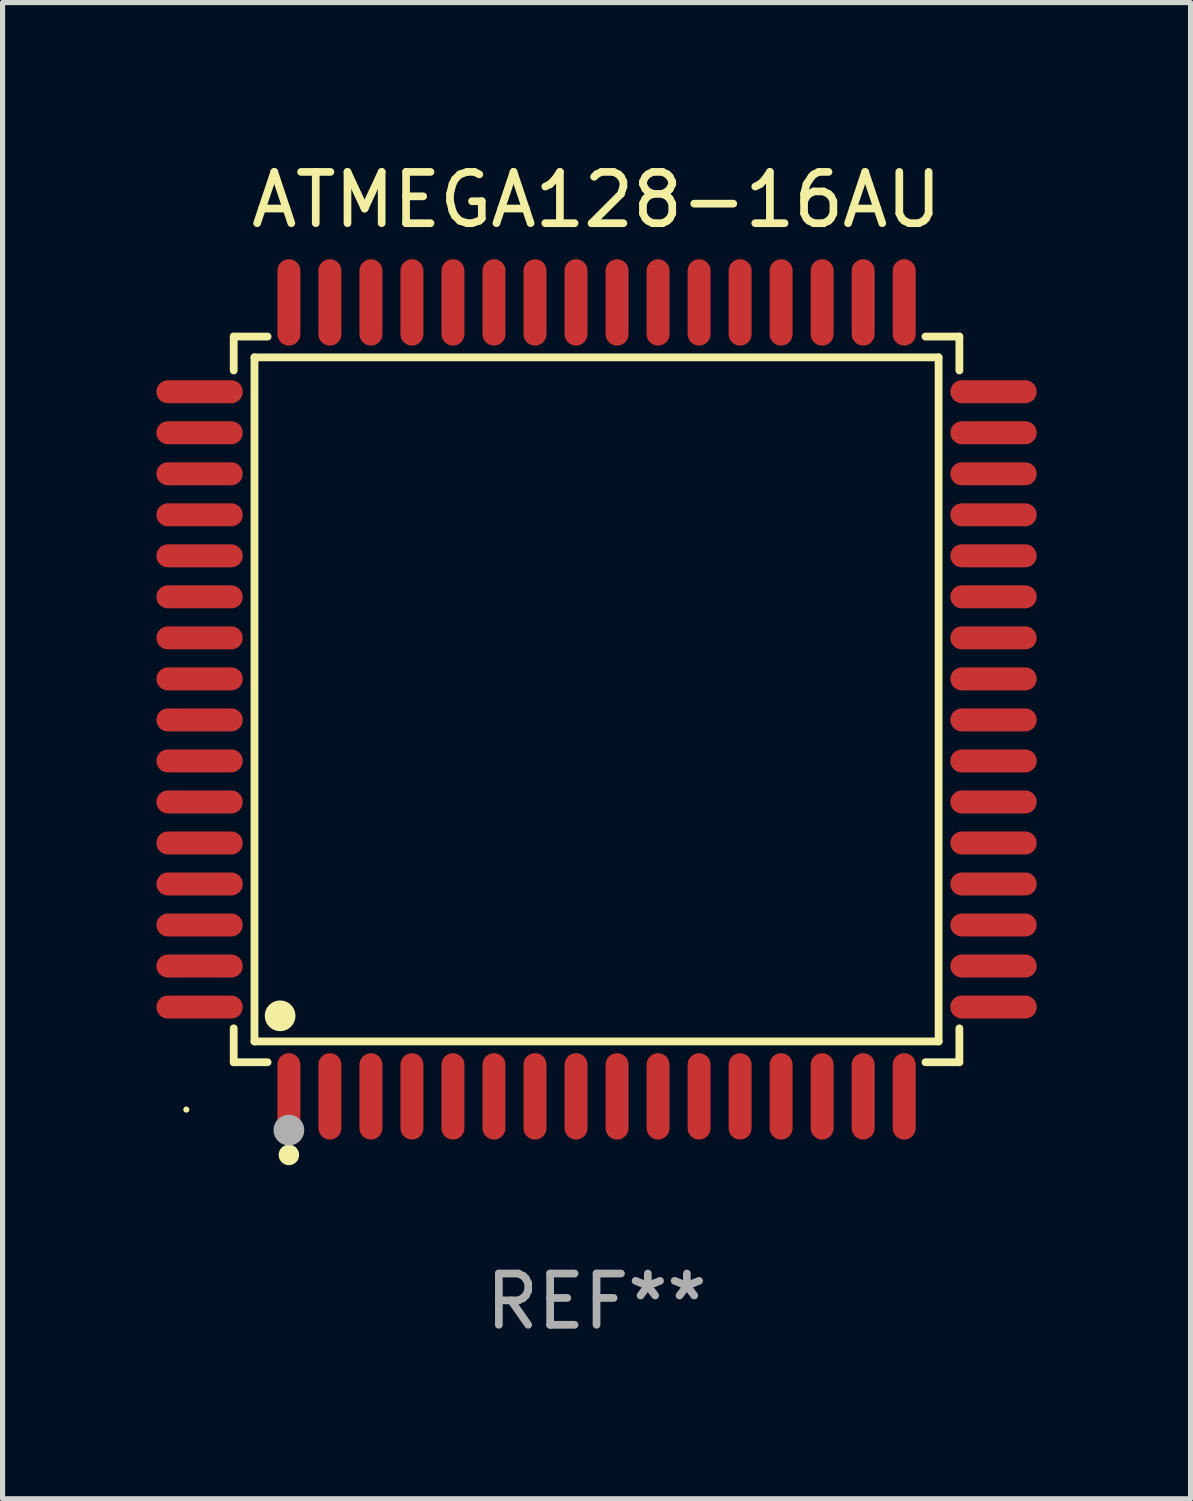
<source format=kicad_pcb>
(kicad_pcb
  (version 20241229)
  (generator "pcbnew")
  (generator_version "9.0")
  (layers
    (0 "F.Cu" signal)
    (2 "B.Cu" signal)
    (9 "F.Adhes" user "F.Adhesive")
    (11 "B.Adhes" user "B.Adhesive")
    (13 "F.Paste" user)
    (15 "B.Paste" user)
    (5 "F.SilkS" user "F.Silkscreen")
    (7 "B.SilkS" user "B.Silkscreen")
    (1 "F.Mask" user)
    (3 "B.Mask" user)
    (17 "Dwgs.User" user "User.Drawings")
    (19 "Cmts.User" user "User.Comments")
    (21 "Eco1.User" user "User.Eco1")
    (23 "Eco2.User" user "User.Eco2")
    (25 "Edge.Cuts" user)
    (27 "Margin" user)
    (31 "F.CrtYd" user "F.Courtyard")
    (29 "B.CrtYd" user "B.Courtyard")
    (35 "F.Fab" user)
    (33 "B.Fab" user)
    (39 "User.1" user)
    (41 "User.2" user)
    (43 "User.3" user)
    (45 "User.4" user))
  (footprint "ATMEGA128-16AU"
    (layer "F.Cu")
    (at 8.584 10.59)
    (property "Reference" "ATMEGA128-16AU" (at 0 -9.742 0) (layer "F.SilkS") (effects (font (size 1 1) (thickness 0.15))))
    (attr through_hole)
    (fp_line (start -7.076 -7.076) (end -6.415 -7.076) (stroke (width 0.152) (type solid)) (layer "F.SilkS"))
    (fp_line (start -7.076 -6.415) (end -7.076 -7.076) (stroke (width 0.152) (type solid)) (layer "F.SilkS"))
    (fp_line (start -7.076 6.415) (end -7.076 7.076) (stroke (width 0.152) (type solid)) (layer "F.SilkS"))
    (fp_line (start -7.076 7.076) (end -6.415 7.076) (stroke (width 0.152) (type solid)) (layer "F.SilkS"))
    (fp_line (start -6.671 -6.671) (end 6.671 -6.671) (stroke (width 0.152) (type solid)) (layer "F.SilkS"))
    (fp_line (start -6.671 6.671) (end -6.671 -6.671) (stroke (width 0.152) (type solid)) (layer "F.SilkS"))
    (fp_line (start 6.671 -6.671) (end 6.671 6.671) (stroke (width 0.152) (type solid)) (layer "F.SilkS"))
    (fp_line (start 6.671 6.671) (end -6.671 6.671) (stroke (width 0.152) (type solid)) (layer "F.SilkS"))
    (fp_line (start 7.076 -7.076) (end 6.415 -7.076) (stroke (width 0.152) (type solid)) (layer "F.SilkS"))
    (fp_line (start 7.076 -6.415) (end 7.076 -7.076) (stroke (width 0.152) (type solid)) (layer "F.SilkS"))
    (fp_line (start 7.076 6.415) (end 7.076 7.076) (stroke (width 0.152) (type solid)) (layer "F.SilkS"))
    (fp_line (start 7.076 7.076) (end 6.415 7.076) (stroke (width 0.152) (type solid)) (layer "F.SilkS"))
    (fp_circle (center -8 8) (end -7.97 8) (stroke (width 0.06) (type solid)) (fill no) (layer "F.SilkS"))
    (fp_circle (center -6.171 6.171) (end -6.021 6.171) (stroke (width 0.3) (type solid)) (fill no) (layer "F.SilkS"))
    (fp_circle (center -6 8.884) (end -5.9 8.884) (stroke (width 0.2) (type solid)) (fill no) (layer "F.SilkS"))
    (fp_circle (center -6 8.4) (end -5.85 8.4) (stroke (width 0.3) (type solid)) (fill no) (layer "F.Fab"))
    (fp_text user "REF**" (at 0 11.742 0) (layer "F.Fab") (effects (font (size 1 1) (thickness 0.15))))
    (pad "1" smd oval (at -6 7.742) (size 0.448 1.684) (layers "F.Cu" "F.Mask" "F.Paste"))
    (pad "2" smd oval (at -5.2 7.742) (size 0.448 1.684) (layers "F.Cu" "F.Mask" "F.Paste"))
    (pad "3" smd oval (at -4.4 7.742) (size 0.448 1.684) (layers "F.Cu" "F.Mask" "F.Paste"))
    (pad "4" smd oval (at -3.6 7.742) (size 0.448 1.684) (layers "F.Cu" "F.Mask" "F.Paste"))
    (pad "5" smd oval (at -2.8 7.742) (size 0.448 1.684) (layers "F.Cu" "F.Mask" "F.Paste"))
    (pad "6" smd oval (at -2 7.742) (size 0.448 1.684) (layers "F.Cu" "F.Mask" "F.Paste"))
    (pad "7" smd oval (at -1.2 7.742) (size 0.448 1.684) (layers "F.Cu" "F.Mask" "F.Paste"))
    (pad "8" smd oval (at -0.4 7.742) (size 0.448 1.684) (layers "F.Cu" "F.Mask" "F.Paste"))
    (pad "9" smd oval (at 0.4 7.742) (size 0.448 1.684) (layers "F.Cu" "F.Mask" "F.Paste"))
    (pad "10" smd oval (at 1.2 7.742) (size 0.448 1.684) (layers "F.Cu" "F.Mask" "F.Paste"))
    (pad "11" smd oval (at 2 7.742) (size 0.448 1.684) (layers "F.Cu" "F.Mask" "F.Paste"))
    (pad "12" smd oval (at 2.8 7.742) (size 0.448 1.684) (layers "F.Cu" "F.Mask" "F.Paste"))
    (pad "13" smd oval (at 3.6 7.742) (size 0.448 1.684) (layers "F.Cu" "F.Mask" "F.Paste"))
    (pad "14" smd oval (at 4.4 7.742) (size 0.448 1.684) (layers "F.Cu" "F.Mask" "F.Paste"))
    (pad "15" smd oval (at 5.2 7.742) (size 0.448 1.684) (layers "F.Cu" "F.Mask" "F.Paste"))
    (pad "16" smd oval (at 6 7.742) (size 0.448 1.684) (layers "F.Cu" "F.Mask" "F.Paste"))
    (pad "17" smd oval (at 7.742 6) (size 1.684 0.448) (layers "F.Cu" "F.Mask" "F.Paste"))
    (pad "18" smd oval (at 7.742 5.2) (size 1.684 0.448) (layers "F.Cu" "F.Mask" "F.Paste"))
    (pad "19" smd oval (at 7.742 4.4) (size 1.684 0.448) (layers "F.Cu" "F.Mask" "F.Paste"))
    (pad "20" smd oval (at 7.742 3.6) (size 1.684 0.448) (layers "F.Cu" "F.Mask" "F.Paste"))
    (pad "21" smd oval (at 7.742 2.8) (size 1.684 0.448) (layers "F.Cu" "F.Mask" "F.Paste"))
    (pad "22" smd oval (at 7.742 2) (size 1.684 0.448) (layers "F.Cu" "F.Mask" "F.Paste"))
    (pad "23" smd oval (at 7.742 1.2) (size 1.684 0.448) (layers "F.Cu" "F.Mask" "F.Paste"))
    (pad "24" smd oval (at 7.742 0.4) (size 1.684 0.448) (layers "F.Cu" "F.Mask" "F.Paste"))
    (pad "25" smd oval (at 7.742 -0.4) (size 1.684 0.448) (layers "F.Cu" "F.Mask" "F.Paste"))
    (pad "26" smd oval (at 7.742 -1.2) (size 1.684 0.448) (layers "F.Cu" "F.Mask" "F.Paste"))
    (pad "27" smd oval (at 7.742 -2) (size 1.684 0.448) (layers "F.Cu" "F.Mask" "F.Paste"))
    (pad "28" smd oval (at 7.742 -2.8) (size 1.684 0.448) (layers "F.Cu" "F.Mask" "F.Paste"))
    (pad "29" smd oval (at 7.742 -3.6) (size 1.684 0.448) (layers "F.Cu" "F.Mask" "F.Paste"))
    (pad "30" smd oval (at 7.742 -4.4) (size 1.684 0.448) (layers "F.Cu" "F.Mask" "F.Paste"))
    (pad "31" smd oval (at 7.742 -5.2) (size 1.684 0.448) (layers "F.Cu" "F.Mask" "F.Paste"))
    (pad "32" smd oval (at 7.742 -6) (size 1.684 0.448) (layers "F.Cu" "F.Mask" "F.Paste"))
    (pad "33" smd oval (at 6 -7.742) (size 0.448 1.684) (layers "F.Cu" "F.Mask" "F.Paste"))
    (pad "34" smd oval (at 5.2 -7.742) (size 0.448 1.684) (layers "F.Cu" "F.Mask" "F.Paste"))
    (pad "35" smd oval (at 4.4 -7.742) (size 0.448 1.684) (layers "F.Cu" "F.Mask" "F.Paste"))
    (pad "36" smd oval (at 3.6 -7.742) (size 0.448 1.684) (layers "F.Cu" "F.Mask" "F.Paste"))
    (pad "37" smd oval (at 2.8 -7.742) (size 0.448 1.684) (layers "F.Cu" "F.Mask" "F.Paste"))
    (pad "38" smd oval (at 2 -7.742) (size 0.448 1.684) (layers "F.Cu" "F.Mask" "F.Paste"))
    (pad "39" smd oval (at 1.2 -7.742) (size 0.448 1.684) (layers "F.Cu" "F.Mask" "F.Paste"))
    (pad "40" smd oval (at 0.4 -7.742) (size 0.448 1.684) (layers "F.Cu" "F.Mask" "F.Paste"))
    (pad "41" smd oval (at -0.4 -7.742) (size 0.448 1.684) (layers "F.Cu" "F.Mask" "F.Paste"))
    (pad "42" smd oval (at -1.2 -7.742) (size 0.448 1.684) (layers "F.Cu" "F.Mask" "F.Paste"))
    (pad "43" smd oval (at -2 -7.742) (size 0.448 1.684) (layers "F.Cu" "F.Mask" "F.Paste"))
    (pad "44" smd oval (at -2.8 -7.742) (size 0.448 1.684) (layers "F.Cu" "F.Mask" "F.Paste"))
    (pad "45" smd oval (at -3.6 -7.742) (size 0.448 1.684) (layers "F.Cu" "F.Mask" "F.Paste"))
    (pad "46" smd oval (at -4.4 -7.742) (size 0.448 1.684) (layers "F.Cu" "F.Mask" "F.Paste"))
    (pad "47" smd oval (at -5.2 -7.742) (size 0.448 1.684) (layers "F.Cu" "F.Mask" "F.Paste"))
    (pad "48" smd oval (at -6 -7.742) (size 0.448 1.684) (layers "F.Cu" "F.Mask" "F.Paste"))
    (pad "49" smd oval (at -7.742 -6) (size 1.684 0.448) (layers "F.Cu" "F.Mask" "F.Paste"))
    (pad "50" smd oval (at -7.742 -5.2) (size 1.684 0.448) (layers "F.Cu" "F.Mask" "F.Paste"))
    (pad "51" smd oval (at -7.742 -4.4) (size 1.684 0.448) (layers "F.Cu" "F.Mask" "F.Paste"))
    (pad "52" smd oval (at -7.742 -3.6) (size 1.684 0.448) (layers "F.Cu" "F.Mask" "F.Paste"))
    (pad "53" smd oval (at -7.742 -2.8) (size 1.684 0.448) (layers "F.Cu" "F.Mask" "F.Paste"))
    (pad "54" smd oval (at -7.742 -2) (size 1.684 0.448) (layers "F.Cu" "F.Mask" "F.Paste"))
    (pad "55" smd oval (at -7.742 -1.2) (size 1.684 0.448) (layers "F.Cu" "F.Mask" "F.Paste"))
    (pad "56" smd oval (at -7.742 -0.4) (size 1.684 0.448) (layers "F.Cu" "F.Mask" "F.Paste"))
    (pad "57" smd oval (at -7.742 0.4) (size 1.684 0.448) (layers "F.Cu" "F.Mask" "F.Paste"))
    (pad "58" smd oval (at -7.742 1.2) (size 1.684 0.448) (layers "F.Cu" "F.Mask" "F.Paste"))
    (pad "59" smd oval (at -7.742 2) (size 1.684 0.448) (layers "F.Cu" "F.Mask" "F.Paste"))
    (pad "60" smd oval (at -7.742 2.8) (size 1.684 0.448) (layers "F.Cu" "F.Mask" "F.Paste"))
    (pad "61" smd oval (at -7.742 3.6) (size 1.684 0.448) (layers "F.Cu" "F.Mask" "F.Paste"))
    (pad "62" smd oval (at -7.742 4.4) (size 1.684 0.448) (layers "F.Cu" "F.Mask" "F.Paste"))
    (pad "63" smd oval (at -7.742 5.2) (size 1.684 0.448) (layers "F.Cu" "F.Mask" "F.Paste"))
    (pad "64" smd oval (at -7.742 6) (size 1.684 0.448) (layers "F.Cu" "F.Mask" "F.Paste")))
  (gr_rect
    (start -3 -3)
    (end 20.168 26.18)
    (stroke (width 0.1) (type default))
    (fill no)
    (layer "Edge.Cuts")))
</source>
